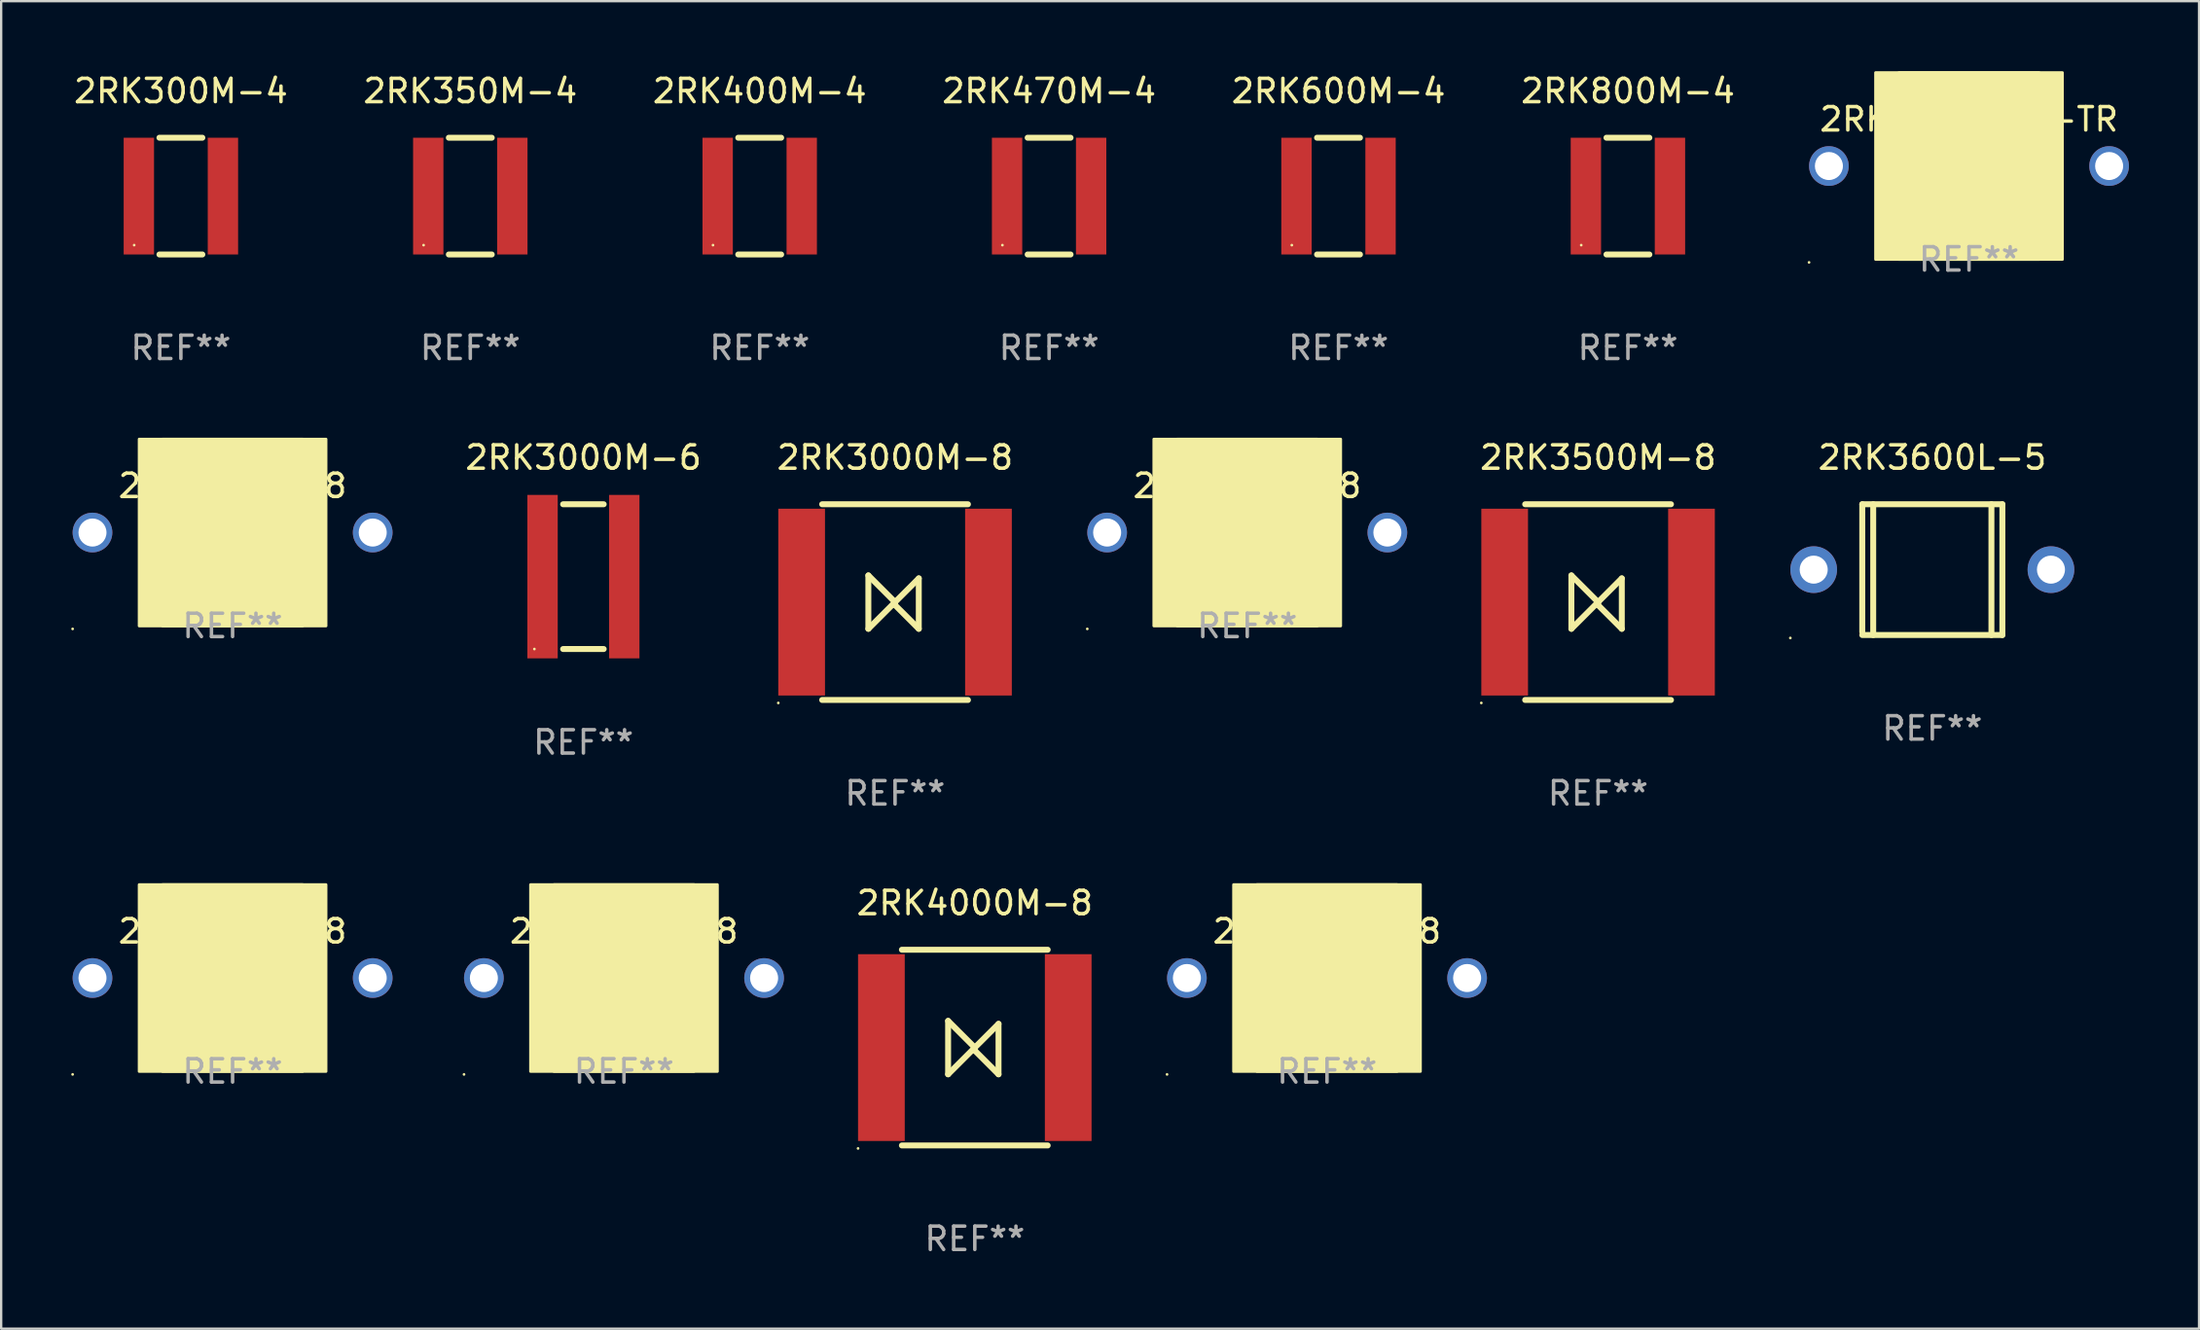
<source format=kicad_pcb>
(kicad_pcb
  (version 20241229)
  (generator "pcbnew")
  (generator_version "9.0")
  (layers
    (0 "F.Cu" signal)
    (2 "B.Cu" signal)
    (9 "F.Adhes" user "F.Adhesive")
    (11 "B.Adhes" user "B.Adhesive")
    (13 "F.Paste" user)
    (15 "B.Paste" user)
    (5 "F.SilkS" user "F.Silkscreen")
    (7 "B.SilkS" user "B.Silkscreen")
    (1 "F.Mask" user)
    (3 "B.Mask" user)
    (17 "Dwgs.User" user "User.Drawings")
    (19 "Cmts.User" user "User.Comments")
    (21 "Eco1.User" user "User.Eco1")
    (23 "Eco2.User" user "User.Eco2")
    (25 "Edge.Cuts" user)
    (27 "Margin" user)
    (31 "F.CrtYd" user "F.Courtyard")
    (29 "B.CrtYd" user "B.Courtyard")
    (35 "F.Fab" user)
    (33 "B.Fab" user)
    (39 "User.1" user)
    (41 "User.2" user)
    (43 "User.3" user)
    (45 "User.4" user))
  (footprint "2RK3000L-8-TR"
    (layer "F.Cu")
    (at 81.267 4.06)
    (property "Reference" "2RK3000L-8-TR" (at 0 -2 0) (layer "F.SilkS") (effects (font (size 1 1) (thickness 0.15))))
    (attr through_hole)
    (fp_circle (center -6.85 4.127) (end -6.82 4.127) (stroke (width 0.06) (type solid)) (fill no) (layer "F.SilkS"))
    (fp_poly (pts (xy -4 -4) (xy 4 -4) (xy 4 4) (xy -4 4)) (stroke (width 0.12) (type solid)) (fill yes) (layer "F.SilkS"))
    (fp_poly (pts (xy -3 -4) (xy 3 -4) (xy 3 4) (xy -3 4)) (stroke (width 0.12) (type solid)) (fill yes) (layer "F.SilkS"))
    (fp_text user "REF**" (at 0 4 0) (layer "F.Fab") (effects (font (size 1 1) (thickness 0.15))))
    (pad "1" thru_hole circle (at -6 0) (size 1.7 1.7) (drill 1.2) (layers "*.Cu" "*.Mask"))
    (pad "2" thru_hole circle (at 6 0) (size 1.7 1.7) (drill 1.2) (layers "*.Cu" "*.Mask")))
  (footprint "2RK3000M-6"
    (layer "F.Cu")
    (at 21.933 21.645)
    (property "Reference" "2RK3000M-6" (at 0 -5.1 0) (layer "F.SilkS") (effects (font (size 1 1) (thickness 0.15))))
    (attr through_hole)
    (fp_line (start -0.869 -3.1) (end 0.869 -3.1) (stroke (width 0.254) (type solid)) (layer "F.SilkS"))
    (fp_line (start -0.869 3.1) (end 0.869 3.1) (stroke (width 0.254) (type solid)) (layer "F.SilkS"))
    (fp_circle (center -2.1 3.1) (end -2.07 3.1) (stroke (width 0.06) (type solid)) (fill no) (layer "F.SilkS"))
    (fp_text user "REF**" (at 0 7.1 0) (layer "F.Fab") (effects (font (size 1 1) (thickness 0.15))))
    (pad "1" smd rect (at -1.75 -0.000025) (size 1.3 7) (layers "F.Cu" "F.Mask" "F.Paste"))
    (pad "2" smd rect (at 1.75 -0.000025) (size 1.3 7) (layers "F.Cu" "F.Mask" "F.Paste")))
  (footprint "2RK3600L-8"
    (layer "F.Cu")
    (at 6.91 38.835)
    (property "Reference" "2RK3600L-8" (at 0 -2 0) (layer "F.SilkS") (effects (font (size 1 1) (thickness 0.15))))
    (attr through_hole)
    (fp_circle (center -6.85 4.127) (end -6.82 4.127) (stroke (width 0.06) (type solid)) (fill no) (layer "F.SilkS"))
    (fp_poly (pts (xy -4 -4) (xy 4 -4) (xy 4 4) (xy -4 4)) (stroke (width 0.12) (type solid)) (fill yes) (layer "F.SilkS"))
    (fp_poly (pts (xy -3 -4) (xy 3 -4) (xy 3 4) (xy -3 4)) (stroke (width 0.12) (type solid)) (fill yes) (layer "F.SilkS"))
    (fp_text user "REF**" (at 0 4 0) (layer "F.Fab") (effects (font (size 1 1) (thickness 0.15))))
    (pad "1" thru_hole circle (at -6 0) (size 1.7 1.7) (drill 1.2) (layers "*.Cu" "*.Mask"))
    (pad "2" thru_hole circle (at 6 0) (size 1.7 1.7) (drill 1.2) (layers "*.Cu" "*.Mask")))
  (footprint "2RK470M-4"
    (layer "F.Cu")
    (at 41.875 5.348)
    (property "Reference" "2RK470M-4" (at 0 -4.5 0) (layer "F.SilkS") (effects (font (size 1 1) (thickness 0.15))))
    (attr through_hole)
    (fp_line (start -0.919 2.5) (end 0.919 2.5) (stroke (width 0.254) (type solid)) (layer "F.SilkS"))
    (fp_line (start -0.919 -2.5) (end 0.919 -2.5) (stroke (width 0.254) (type solid)) (layer "F.SilkS"))
    (fp_circle (center -2 2.1) (end -1.97 2.1) (stroke (width 0.06) (type solid)) (fill no) (layer "F.SilkS"))
    (fp_text user "REF**" (at 0 6.5 0) (layer "F.Fab") (effects (font (size 1 1) (thickness 0.15))))
    (pad "1" smd rect (at -1.8 0) (size 1.3 5) (layers "F.Cu" "F.Mask" "F.Paste"))
    (pad "2" smd rect (at 1.8 0) (size 1.3 5) (layers "F.Cu" "F.Mask" "F.Paste")))
  (footprint "2RK800M-4"
    (layer "F.Cu")
    (at 66.661 5.348)
    (property "Reference" "2RK800M-4" (at 0 -4.5 0) (layer "F.SilkS") (effects (font (size 1 1) (thickness 0.15))))
    (attr through_hole)
    (fp_line (start -0.919 2.5) (end 0.919 2.5) (stroke (width 0.254) (type solid)) (layer "F.SilkS"))
    (fp_line (start -0.919 -2.5) (end 0.919 -2.5) (stroke (width 0.254) (type solid)) (layer "F.SilkS"))
    (fp_circle (center -2 2.1) (end -1.97 2.1) (stroke (width 0.06) (type solid)) (fill no) (layer "F.SilkS"))
    (fp_text user "REF**" (at 0 6.5 0) (layer "F.Fab") (effects (font (size 1 1) (thickness 0.15))))
    (pad "1" smd rect (at -1.8 0) (size 1.3 5) (layers "F.Cu" "F.Mask" "F.Paste"))
    (pad "2" smd rect (at 1.8 0) (size 1.3 5) (layers "F.Cu" "F.Mask" "F.Paste")))
  (footprint "2RK600M-4"
    (layer "F.Cu")
    (at 54.268 5.348)
    (property "Reference" "2RK600M-4" (at 0 -4.5 0) (layer "F.SilkS") (effects (font (size 1 1) (thickness 0.15))))
    (attr through_hole)
    (fp_line (start -0.919 2.5) (end 0.919 2.5) (stroke (width 0.254) (type solid)) (layer "F.SilkS"))
    (fp_line (start -0.919 -2.5) (end 0.919 -2.5) (stroke (width 0.254) (type solid)) (layer "F.SilkS"))
    (fp_circle (center -2 2.1) (end -1.97 2.1) (stroke (width 0.06) (type solid)) (fill no) (layer "F.SilkS"))
    (fp_text user "REF**" (at 0 6.5 0) (layer "F.Fab") (effects (font (size 1 1) (thickness 0.15))))
    (pad "1" smd rect (at -1.8 0) (size 1.3 5) (layers "F.Cu" "F.Mask" "F.Paste"))
    (pad "2" smd rect (at 1.8 0) (size 1.3 5) (layers "F.Cu" "F.Mask" "F.Paste")))
  (footprint "2RK400M-4"
    (layer "F.Cu")
    (at 29.482 5.348)
    (property "Reference" "2RK400M-4" (at 0 -4.5 0) (layer "F.SilkS") (effects (font (size 1 1) (thickness 0.15))))
    (attr through_hole)
    (fp_line (start -0.919 2.5) (end 0.919 2.5) (stroke (width 0.254) (type solid)) (layer "F.SilkS"))
    (fp_line (start -0.919 -2.5) (end 0.919 -2.5) (stroke (width 0.254) (type solid)) (layer "F.SilkS"))
    (fp_circle (center -2 2.1) (end -1.97 2.1) (stroke (width 0.06) (type solid)) (fill no) (layer "F.SilkS"))
    (fp_text user "REF**" (at 0 6.5 0) (layer "F.Fab") (effects (font (size 1 1) (thickness 0.15))))
    (pad "1" smd rect (at -1.8 0) (size 1.3 5) (layers "F.Cu" "F.Mask" "F.Paste"))
    (pad "2" smd rect (at 1.8 0) (size 1.3 5) (layers "F.Cu" "F.Mask" "F.Paste")))
  (footprint "2RK3500L-8"
    (layer "F.Cu")
    (at 50.36 19.756)
    (property "Reference" "2RK3500L-8" (at 0 -2 0) (layer "F.SilkS") (effects (font (size 1 1) (thickness 0.15))))
    (attr through_hole)
    (fp_circle (center -6.85 4.127) (end -6.82 4.127) (stroke (width 0.06) (type solid)) (fill no) (layer "F.SilkS"))
    (fp_poly (pts (xy -4 -4) (xy 4 -4) (xy 4 4) (xy -4 4)) (stroke (width 0.12) (type solid)) (fill yes) (layer "F.SilkS"))
    (fp_poly (pts (xy -3 -4) (xy 3 -4) (xy 3 4) (xy -3 4)) (stroke (width 0.12) (type solid)) (fill yes) (layer "F.SilkS"))
    (fp_text user "REF**" (at 0 4 0) (layer "F.Fab") (effects (font (size 1 1) (thickness 0.15))))
    (pad "1" thru_hole circle (at -6 0) (size 1.7 1.7) (drill 1.2) (layers "*.Cu" "*.Mask"))
    (pad "2" thru_hole circle (at 6 0) (size 1.7 1.7) (drill 1.2) (layers "*.Cu" "*.Mask")))
  (footprint "2RK3000L-8"
    (layer "F.Cu")
    (at 6.91 19.756)
    (property "Reference" "2RK3000L-8" (at 0 -2 0) (layer "F.SilkS") (effects (font (size 1 1) (thickness 0.15))))
    (attr through_hole)
    (fp_circle (center -6.85 4.127) (end -6.82 4.127) (stroke (width 0.06) (type solid)) (fill no) (layer "F.SilkS"))
    (fp_poly (pts (xy -4 -4) (xy 4 -4) (xy 4 4) (xy -4 4)) (stroke (width 0.12) (type solid)) (fill yes) (layer "F.SilkS"))
    (fp_poly (pts (xy -3 -4) (xy 3 -4) (xy 3 4) (xy -3 4)) (stroke (width 0.12) (type solid)) (fill yes) (layer "F.SilkS"))
    (fp_text user "REF**" (at 0 4 0) (layer "F.Fab") (effects (font (size 1 1) (thickness 0.15))))
    (pad "1" thru_hole circle (at -6 0) (size 1.7 1.7) (drill 1.2) (layers "*.Cu" "*.Mask"))
    (pad "2" thru_hole circle (at 6 0) (size 1.7 1.7) (drill 1.2) (layers "*.Cu" "*.Mask")))
  (footprint "2RK3000M-8"
    (layer "F.Cu")
    (at 35.278 22.736)
    (property "Reference" "2RK3000M-8" (at 0 -6.191 0) (layer "F.SilkS") (effects (font (size 1 1) (thickness 0.15))))
    (attr through_hole)
    (fp_line (start -3.122 -4.191) (end 3.122 -4.191) (stroke (width 0.254) (type solid)) (layer "F.SilkS"))
    (fp_line (start -3.122 4.191) (end 3.122 4.191) (stroke (width 0.254) (type solid)) (layer "F.SilkS"))
    (fp_line (start -1.143 1.143) (end -1.143 -1.143) (stroke (width 0.254) (type solid)) (layer "F.SilkS"))
    (fp_line (start 0 0) (end -1.143 -1.143) (stroke (width 0.254) (type solid)) (layer "F.SilkS"))
    (fp_line (start 0 0) (end -1.143 1.143) (stroke (width 0.254) (type solid)) (layer "F.SilkS"))
    (fp_line (start 0 0) (end 0 0.127) (stroke (width 0.254) (type solid)) (layer "F.SilkS"))
    (fp_line (start 0 0) (end 1.016 -1.016) (stroke (width 0.254) (type solid)) (layer "F.SilkS"))
    (fp_line (start 0 0.127) (end 1.016 1.143) (stroke (width 0.254) (type solid)) (layer "F.SilkS"))
    (fp_line (start 1.016 1.143) (end 1.016 -1.016) (stroke (width 0.254) (type solid)) (layer "F.SilkS"))
    (fp_circle (center -5 4.318) (end -4.97 4.318) (stroke (width 0.06) (type solid)) (fill no) (layer "F.SilkS"))
    (fp_text user "REF**" (at 0 8.191 0) (layer "F.Fab") (effects (font (size 1 1) (thickness 0.15))))
    (pad "1" smd rect (at -4 0) (size 2 8) (layers "F.Cu" "F.Mask" "F.Paste"))
    (pad "2" smd rect (at 4 0) (size 2 8) (layers "F.Cu" "F.Mask" "F.Paste")))
  (footprint "2RK4000L-8"
    (layer "F.Cu")
    (at 23.67 38.835)
    (property "Reference" "2RK4000L-8" (at 0 -2 0) (layer "F.SilkS") (effects (font (size 1 1) (thickness 0.15))))
    (attr through_hole)
    (fp_circle (center -6.85 4.127) (end -6.82 4.127) (stroke (width 0.06) (type solid)) (fill no) (layer "F.SilkS"))
    (fp_poly (pts (xy -4 -4) (xy 4 -4) (xy 4 4) (xy -4 4)) (stroke (width 0.12) (type solid)) (fill yes) (layer "F.SilkS"))
    (fp_poly (pts (xy -3 -4) (xy 3 -4) (xy 3 4) (xy -3 4)) (stroke (width 0.12) (type solid)) (fill yes) (layer "F.SilkS"))
    (fp_text user "REF**" (at 0 4 0) (layer "F.Fab") (effects (font (size 1 1) (thickness 0.15))))
    (pad "1" thru_hole circle (at -6 0) (size 1.7 1.7) (drill 1.2) (layers "*.Cu" "*.Mask"))
    (pad "2" thru_hole circle (at 6 0) (size 1.7 1.7) (drill 1.2) (layers "*.Cu" "*.Mask")))
  (footprint "2RK350M-4"
    (layer "F.Cu")
    (at 17.089 5.348)
    (property "Reference" "2RK350M-4" (at 0 -4.5 0) (layer "F.SilkS") (effects (font (size 1 1) (thickness 0.15))))
    (attr through_hole)
    (fp_line (start -0.919 2.5) (end 0.919 2.5) (stroke (width 0.254) (type solid)) (layer "F.SilkS"))
    (fp_line (start -0.919 -2.5) (end 0.919 -2.5) (stroke (width 0.254) (type solid)) (layer "F.SilkS"))
    (fp_circle (center -2 2.1) (end -1.97 2.1) (stroke (width 0.06) (type solid)) (fill no) (layer "F.SilkS"))
    (fp_text user "REF**" (at 0 6.5 0) (layer "F.Fab") (effects (font (size 1 1) (thickness 0.15))))
    (pad "1" smd rect (at -1.8 0) (size 1.3 5) (layers "F.Cu" "F.Mask" "F.Paste"))
    (pad "2" smd rect (at 1.8 0) (size 1.3 5) (layers "F.Cu" "F.Mask" "F.Paste")))
  (footprint "2RK300M-4"
    (layer "F.Cu")
    (at 4.696 5.348)
    (property "Reference" "2RK300M-4" (at 0 -4.5 0) (layer "F.SilkS") (effects (font (size 1 1) (thickness 0.15))))
    (attr through_hole)
    (fp_line (start -0.919 2.5) (end 0.919 2.5) (stroke (width 0.254) (type solid)) (layer "F.SilkS"))
    (fp_line (start -0.919 -2.5) (end 0.919 -2.5) (stroke (width 0.254) (type solid)) (layer "F.SilkS"))
    (fp_circle (center -2 2.1) (end -1.97 2.1) (stroke (width 0.06) (type solid)) (fill no) (layer "F.SilkS"))
    (fp_text user "REF**" (at 0 6.5 0) (layer "F.Fab") (effects (font (size 1 1) (thickness 0.15))))
    (pad "1" smd rect (at -1.8 0) (size 1.3 5) (layers "F.Cu" "F.Mask" "F.Paste"))
    (pad "2" smd rect (at 1.8 0) (size 1.3 5) (layers "F.Cu" "F.Mask" "F.Paste")))
  (footprint "2RK3600L-5"
    (layer "F.Cu")
    (at 79.696 21.345)
    (property "Reference" "2RK3600L-5" (at 0 -4.8 0) (layer "F.SilkS") (effects (font (size 1 1) (thickness 0.15))))
    (attr through_hole)
    (fp_line (start -3 -2.8) (end -3 2.667) (stroke (width 0.254) (type solid)) (layer "F.SilkS"))
    (fp_line (start -3 -2.8) (end 3 -2.8) (stroke (width 0.254) (type solid)) (layer "F.SilkS"))
    (fp_line (start -3 2.8) (end 3 2.8) (stroke (width 0.254) (type solid)) (layer "F.SilkS"))
    (fp_line (start -2.531 -2.8) (end -2.531 2.8) (stroke (width 0.254) (type solid)) (layer "F.SilkS"))
    (fp_line (start 2.531 -2.8) (end 2.531 2.8) (stroke (width 0.254) (type solid)) (layer "F.SilkS"))
    (fp_line (start 3 -2.8) (end 3 2.8) (stroke (width 0.254) (type solid)) (layer "F.SilkS"))
    (fp_circle (center -6.08 2.927) (end -6.05 2.927) (stroke (width 0.06) (type solid)) (fill no) (layer "F.SilkS"))
    (fp_text user "REF**" (at 0 6.8 0) (layer "F.Fab") (effects (font (size 1 1) (thickness 0.15))))
    (pad "1" thru_hole circle (at -5.08 0) (size 2 2) (drill 1.2) (layers "*.Cu" "*.Mask"))
    (pad "2" thru_hole circle (at 5.08 0) (size 2 2) (drill 1.2) (layers "*.Cu" "*.Mask")))
  (footprint "2RK6000L-8"
    (layer "F.Cu")
    (at 53.775 38.835)
    (property "Reference" "2RK6000L-8" (at 0 -2 0) (layer "F.SilkS") (effects (font (size 1 1) (thickness 0.15))))
    (attr through_hole)
    (fp_circle (center -6.85 4.127) (end -6.82 4.127) (stroke (width 0.06) (type solid)) (fill no) (layer "F.SilkS"))
    (fp_poly (pts (xy -4 -4) (xy 4 -4) (xy 4 4) (xy -4 4)) (stroke (width 0.12) (type solid)) (fill yes) (layer "F.SilkS"))
    (fp_poly (pts (xy -3 -4) (xy 3 -4) (xy 3 4) (xy -3 4)) (stroke (width 0.12) (type solid)) (fill yes) (layer "F.SilkS"))
    (fp_text user "REF**" (at 0 4 0) (layer "F.Fab") (effects (font (size 1 1) (thickness 0.15))))
    (pad "1" thru_hole circle (at -6 0) (size 1.7 1.7) (drill 1.2) (layers "*.Cu" "*.Mask"))
    (pad "2" thru_hole circle (at 6 0) (size 1.7 1.7) (drill 1.2) (layers "*.Cu" "*.Mask")))
  (footprint "2RK4000M-8"
    (layer "F.Cu")
    (at 38.693 41.814)
    (property "Reference" "2RK4000M-8" (at 0 -6.191 0) (layer "F.SilkS") (effects (font (size 1 1) (thickness 0.15))))
    (attr through_hole)
    (fp_line (start -3.122 -4.191) (end 3.122 -4.191) (stroke (width 0.254) (type solid)) (layer "F.SilkS"))
    (fp_line (start -3.122 4.191) (end 3.122 4.191) (stroke (width 0.254) (type solid)) (layer "F.SilkS"))
    (fp_line (start -1.143 1.143) (end -1.143 -1.143) (stroke (width 0.254) (type solid)) (layer "F.SilkS"))
    (fp_line (start 0 0) (end -1.143 -1.143) (stroke (width 0.254) (type solid)) (layer "F.SilkS"))
    (fp_line (start 0 0) (end -1.143 1.143) (stroke (width 0.254) (type solid)) (layer "F.SilkS"))
    (fp_line (start 0 0) (end 0 0.127) (stroke (width 0.254) (type solid)) (layer "F.SilkS"))
    (fp_line (start 0 0) (end 1.016 -1.016) (stroke (width 0.254) (type solid)) (layer "F.SilkS"))
    (fp_line (start 0 0.127) (end 1.016 1.143) (stroke (width 0.254) (type solid)) (layer "F.SilkS"))
    (fp_line (start 1.016 1.143) (end 1.016 -1.016) (stroke (width 0.254) (type solid)) (layer "F.SilkS"))
    (fp_circle (center -5 4.318) (end -4.97 4.318) (stroke (width 0.06) (type solid)) (fill no) (layer "F.SilkS"))
    (fp_text user "REF**" (at 0 8.191 0) (layer "F.Fab") (effects (font (size 1 1) (thickness 0.15))))
    (pad "1" smd rect (at -4 0) (size 2 8) (layers "F.Cu" "F.Mask" "F.Paste"))
    (pad "2" smd rect (at 4 0) (size 2 8) (layers "F.Cu" "F.Mask" "F.Paste")))
  (footprint "2RK3500M-8"
    (layer "F.Cu")
    (at 65.383 22.736)
    (property "Reference" "2RK3500M-8" (at 0 -6.191 0) (layer "F.SilkS") (effects (font (size 1 1) (thickness 0.15))))
    (attr through_hole)
    (fp_line (start -3.122 -4.191) (end 3.122 -4.191) (stroke (width 0.254) (type solid)) (layer "F.SilkS"))
    (fp_line (start -3.122 4.191) (end 3.122 4.191) (stroke (width 0.254) (type solid)) (layer "F.SilkS"))
    (fp_line (start -1.143 1.143) (end -1.143 -1.143) (stroke (width 0.254) (type solid)) (layer "F.SilkS"))
    (fp_line (start 0 0) (end -1.143 -1.143) (stroke (width 0.254) (type solid)) (layer "F.SilkS"))
    (fp_line (start 0 0) (end -1.143 1.143) (stroke (width 0.254) (type solid)) (layer "F.SilkS"))
    (fp_line (start 0 0) (end 0 0.127) (stroke (width 0.254) (type solid)) (layer "F.SilkS"))
    (fp_line (start 0 0) (end 1.016 -1.016) (stroke (width 0.254) (type solid)) (layer "F.SilkS"))
    (fp_line (start 0 0.127) (end 1.016 1.143) (stroke (width 0.254) (type solid)) (layer "F.SilkS"))
    (fp_line (start 1.016 1.143) (end 1.016 -1.016) (stroke (width 0.254) (type solid)) (layer "F.SilkS"))
    (fp_circle (center -5 4.318) (end -4.97 4.318) (stroke (width 0.06) (type solid)) (fill no) (layer "F.SilkS"))
    (fp_text user "REF**" (at 0 8.191 0) (layer "F.Fab") (effects (font (size 1 1) (thickness 0.15))))
    (pad "1" smd rect (at -4 0) (size 2 8) (layers "F.Cu" "F.Mask" "F.Paste"))
    (pad "2" smd rect (at 4 0) (size 2 8) (layers "F.Cu" "F.Mask" "F.Paste")))
  (gr_rect
    (start -3 -3)
    (end 91.117 53.854)
    (stroke (width 0.1) (type default))
    (fill no)
    (layer "Edge.Cuts")))
</source>
